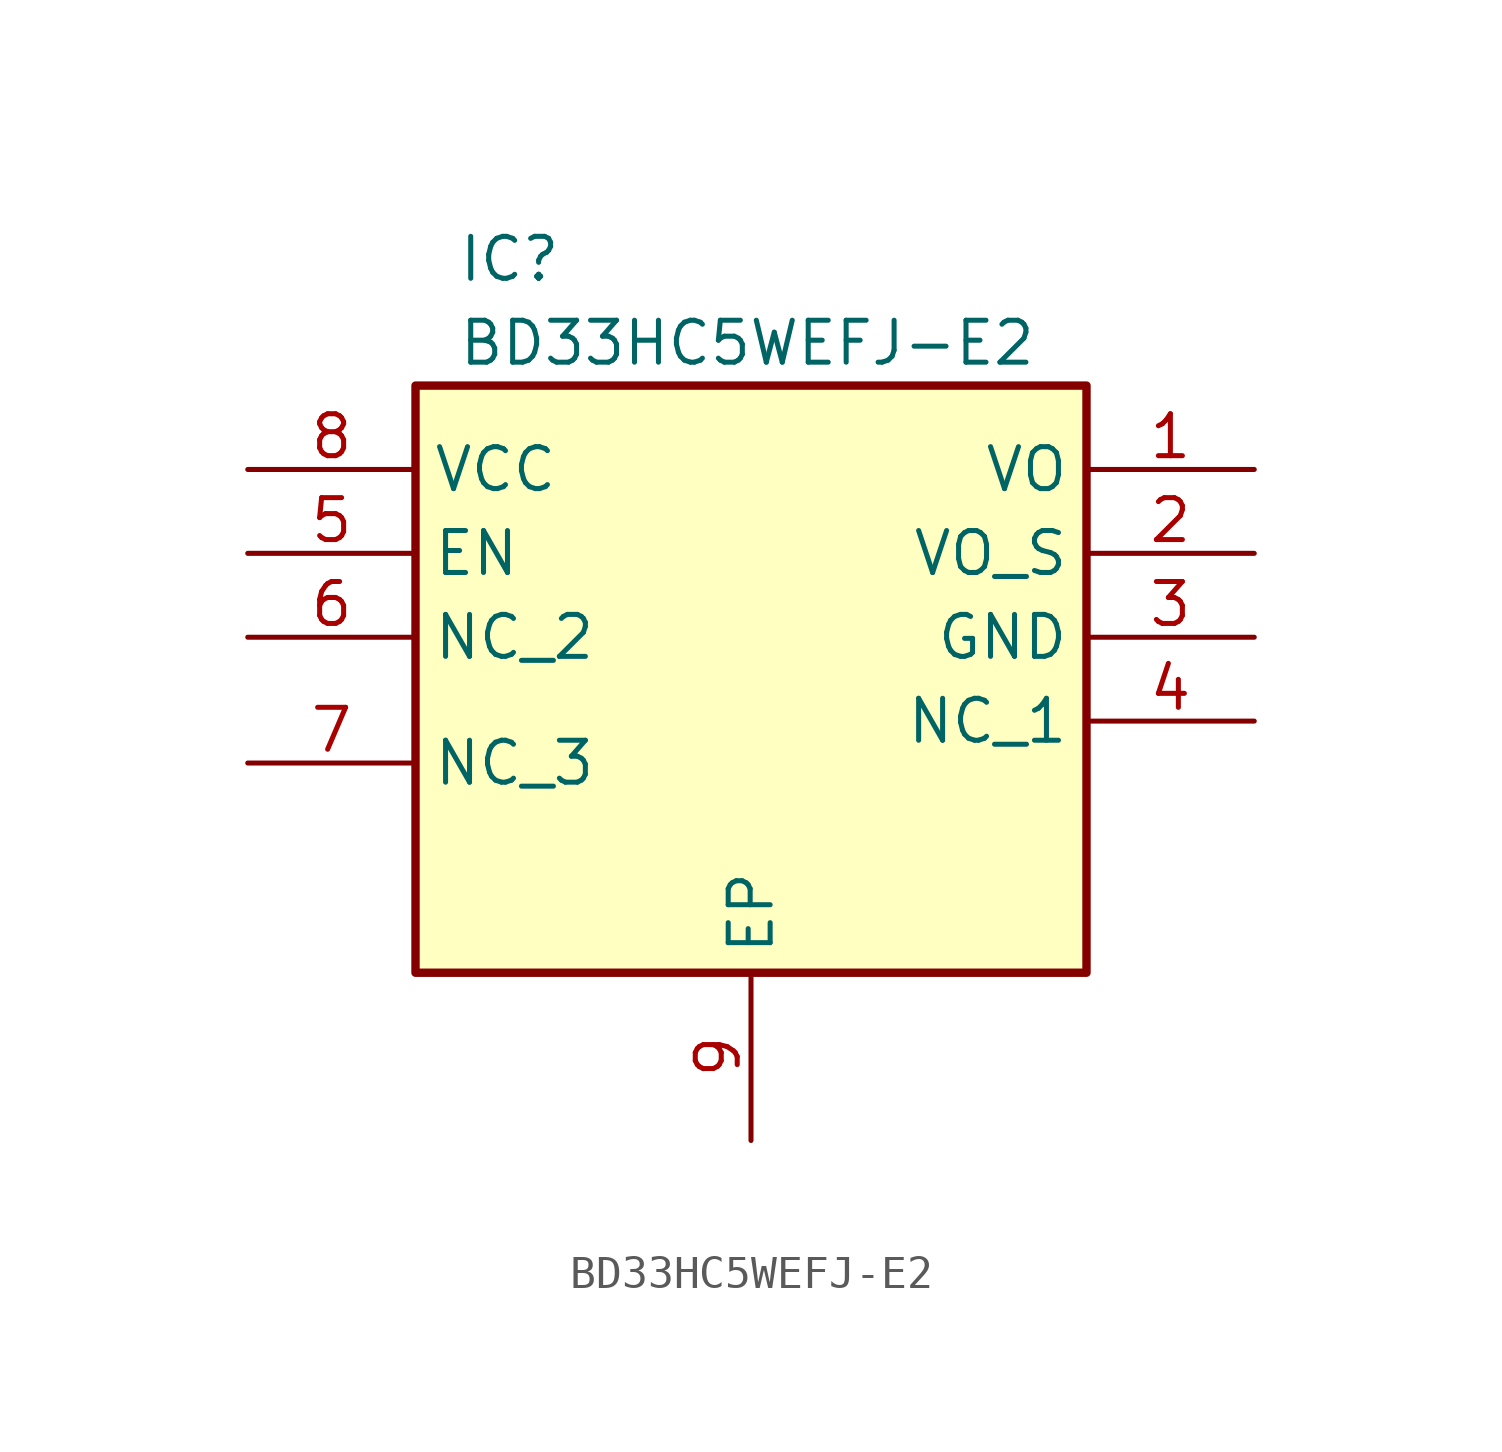
<source format=kicad_sym>
(kicad_symbol_lib
  (version 20231120)
  (generator "kicad_symbol_editor")
  (generator_version "8.0")
  (symbol "BD33HC5WEFJ-E2"
    (property "Reference" "IC"
      (at -8.89 12.192 0)
      (effects (font (size 1.27 1.27)) (justify left top)))
    (property "Value" "BD33HC5WEFJ-E2"
      (at -8.89 9.652 0)
      (effects (font (size 1.27 1.27)) (justify left top)))
    (symbol "BD33HC5WEFJ-E2_1_1"
      (rectangle (start -10.16 7.62) (end 10.16 -10.16) (stroke (width 0.254) (type default)) (fill (type background)))
      (pin passive line (at 15.24 5.08 180) (length 5.08) (name "VO" (effects (font (size 1.27 1.27)))) (number "1" (effects (font (size 1.27 1.27)))))
      (pin passive line (at 15.24 2.54 180) (length 5.08) (name "VO_S" (effects (font (size 1.27 1.27)))) (number "2" (effects (font (size 1.27 1.27)))))
      (pin passive line (at 15.24 0 180) (length 5.08) (name "GND" (effects (font (size 1.27 1.27)))) (number "3" (effects (font (size 1.27 1.27)))))
      (pin passive line (at 15.24 -2.54 180) (length 5.08) (name "NC_1" (effects (font (size 1.27 1.27)))) (number "4" (effects (font (size 1.27 1.27)))))
      (pin passive line (at -15.24 2.54 0) (length 5.08) (name "EN" (effects (font (size 1.27 1.27)))) (number "5" (effects (font (size 1.27 1.27)))))
      (pin passive line (at -15.24 0 0) (length 5.08) (name "NC_2" (effects (font (size 1.27 1.27)))) (number "6" (effects (font (size 1.27 1.27)))))
      (pin passive line (at -15.24 -3.81 0) (length 5.08) (name "NC_3" (effects (font (size 1.27 1.27)))) (number "7" (effects (font (size 1.27 1.27)))))
      (pin passive line (at -15.24 5.08 0) (length 5.08) (name "VCC" (effects (font (size 1.27 1.27)))) (number "8" (effects (font (size 1.27 1.27)))))
      (pin passive line (at 0 -15.24 90) (length 5.08) (name "EP" (effects (font (size 1.27 1.27)))) (number "9" (effects (font (size 1.27 1.27))))))))
</source>
